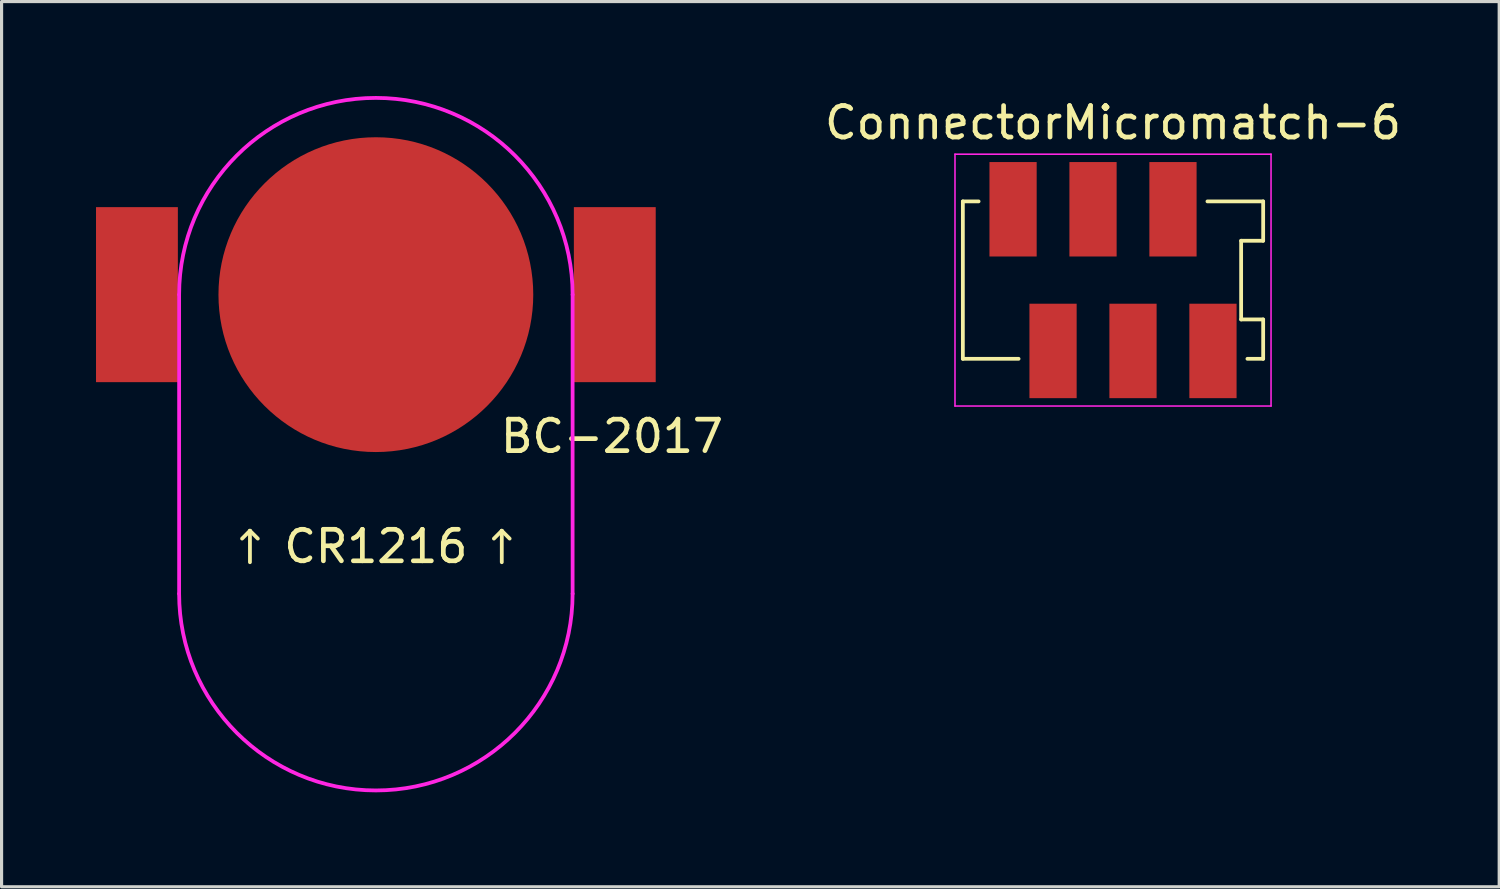
<source format=kicad_pcb>
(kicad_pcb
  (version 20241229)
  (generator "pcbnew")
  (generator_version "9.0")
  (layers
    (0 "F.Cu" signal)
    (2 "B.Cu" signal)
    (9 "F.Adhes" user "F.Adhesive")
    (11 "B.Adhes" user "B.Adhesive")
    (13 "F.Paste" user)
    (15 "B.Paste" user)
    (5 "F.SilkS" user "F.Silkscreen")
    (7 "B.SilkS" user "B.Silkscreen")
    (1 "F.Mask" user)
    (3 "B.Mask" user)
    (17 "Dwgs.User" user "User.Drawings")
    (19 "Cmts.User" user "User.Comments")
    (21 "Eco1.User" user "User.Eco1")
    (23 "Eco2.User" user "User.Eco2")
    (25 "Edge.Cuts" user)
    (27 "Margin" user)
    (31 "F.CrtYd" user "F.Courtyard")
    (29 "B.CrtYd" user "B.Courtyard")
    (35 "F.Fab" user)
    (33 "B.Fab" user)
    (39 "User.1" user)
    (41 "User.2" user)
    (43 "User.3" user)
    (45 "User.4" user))
  (footprint "BC-2017"
    (layer "F.Cu")
    (at 8.89 6.31)
    (property "Reference" "BC-2017" (at 7.5 4.5 0) (layer "F.SilkS") (effects (font (size 1 1) (thickness 0.15))))
    (attr through_hole)
    (fp_line (start -4 7.5) (end -4.25 7.75) (stroke (width 0.12) (type solid)) (layer "F.SilkS"))
    (fp_line (start -4 7.5) (end -3.75 7.75) (stroke (width 0.12) (type solid)) (layer "F.SilkS"))
    (fp_line (start -4 8.5) (end -4 7.5) (stroke (width 0.12) (type solid)) (layer "F.SilkS"))
    (fp_line (start 4 7.5) (end 3.75 7.75) (stroke (width 0.12) (type solid)) (layer "F.SilkS"))
    (fp_line (start 4 7.5) (end 4.25 7.75) (stroke (width 0.12) (type solid)) (layer "F.SilkS"))
    (fp_line (start 4 8.5) (end 4 7.5) (stroke (width 0.12) (type solid)) (layer "F.SilkS"))
    (fp_line (start -6.25 9.5) (end -6.25 0) (stroke (width 0.12) (type solid)) (layer "F.CrtYd"))
    (fp_line (start 6.25 0) (end 6.25 9.5) (stroke (width 0.12) (type solid)) (layer "F.CrtYd"))
    (fp_arc (start -6.25 0) (mid 0 -6.25) (end 6.25 0) (stroke (width 0.12) (type solid)) (layer "F.CrtYd"))
    (fp_arc (start 6.25 9.5) (mid 0 15.75) (end -6.25 9.5) (stroke (width 0.12) (type solid)) (layer "F.CrtYd"))
    (fp_text user "CR1216" (at 0 8 0) (layer "F.SilkS") (effects (font (size 1 1) (thickness 0.15))))
    (pad "1" smd rect (at -7.59 0) (size 2.6 5.56) (layers "F.Cu" "F.Mask" "F.Paste"))
    (pad "1" smd rect (at 7.59 0) (size 2.6 5.56) (layers "F.Cu" "F.Mask" "F.Paste"))
    (pad "2" smd circle (at 0 0) (size 10 10) (layers "F.Cu" "F.Mask")))
  (footprint "ConnectorMicromatch-6"
    (layer "F.Cu")
    (at 32.307 5.848)
    (property "Reference" "ConnectorMicromatch-6" (at 0 -5 0) (layer "F.SilkS") (effects (font (size 1 1) (thickness 0.15))))
    (attr smd)
    (fp_line (start -4.77 -2.5) (end -4.77 2.5) (stroke (width 0.12) (type solid)) (layer "F.SilkS"))
    (fp_line (start -4.77 2.5) (end -3 2.5) (stroke (width 0.12) (type solid)) (layer "F.SilkS"))
    (fp_line (start -4.27 -2.5) (end -4.77 -2.5) (stroke (width 0.12) (type solid)) (layer "F.SilkS"))
    (fp_line (start 3 -2.5) (end 4.77 -2.5) (stroke (width 0.12) (type solid)) (layer "F.SilkS"))
    (fp_line (start 4.07 -1.25) (end 4.07 1.25) (stroke (width 0.12) (type solid)) (layer "F.SilkS"))
    (fp_line (start 4.07 1.25) (end 4.77 1.25) (stroke (width 0.12) (type solid)) (layer "F.SilkS"))
    (fp_line (start 4.77 -2.5) (end 4.77 -1.25) (stroke (width 0.12) (type solid)) (layer "F.SilkS"))
    (fp_line (start 4.77 -1.25) (end 4.07 -1.25) (stroke (width 0.12) (type solid)) (layer "F.SilkS"))
    (fp_line (start 4.77 1.25) (end 4.77 2.5) (stroke (width 0.12) (type solid)) (layer "F.SilkS"))
    (fp_line (start 4.77 2.5) (end 4.27 2.5) (stroke (width 0.12) (type solid)) (layer "F.SilkS"))
    (fp_line (start -5.02 -4) (end 5.02 -4) (stroke (width 0.05) (type solid)) (layer "F.CrtYd"))
    (fp_line (start -5.02 4) (end -5.02 -4) (stroke (width 0.05) (type solid)) (layer "F.CrtYd"))
    (fp_line (start 5.02 -4) (end 5.02 4) (stroke (width 0.05) (type solid)) (layer "F.CrtYd"))
    (fp_line (start 5.02 4) (end -5.02 4) (stroke (width 0.05) (type solid)) (layer "F.CrtYd"))
    (pad "1" smd rect (at -3.175 -2.25) (size 1.5 3) (layers "F.Cu" "F.Mask" "F.Paste"))
    (pad "2" smd rect (at -1.905 2.25) (size 1.5 3) (layers "F.Cu" "F.Mask" "F.Paste"))
    (pad "3" smd rect (at -0.635 -2.25) (size 1.5 3) (layers "F.Cu" "F.Mask" "F.Paste"))
    (pad "4" smd rect (at 0.635 2.25) (size 1.5 3) (layers "F.Cu" "F.Mask" "F.Paste"))
    (pad "5" smd rect (at 1.905 -2.25) (size 1.5 3) (layers "F.Cu" "F.Mask" "F.Paste"))
    (pad "6" smd rect (at 3.175 2.25) (size 1.5 3) (layers "F.Cu" "F.Mask" "F.Paste")))
  (gr_rect
    (start -3 -3)
    (end 44.575 25.12)
    (stroke (width 0.1) (type default))
    (fill no)
    (layer "Edge.Cuts")))
</source>
